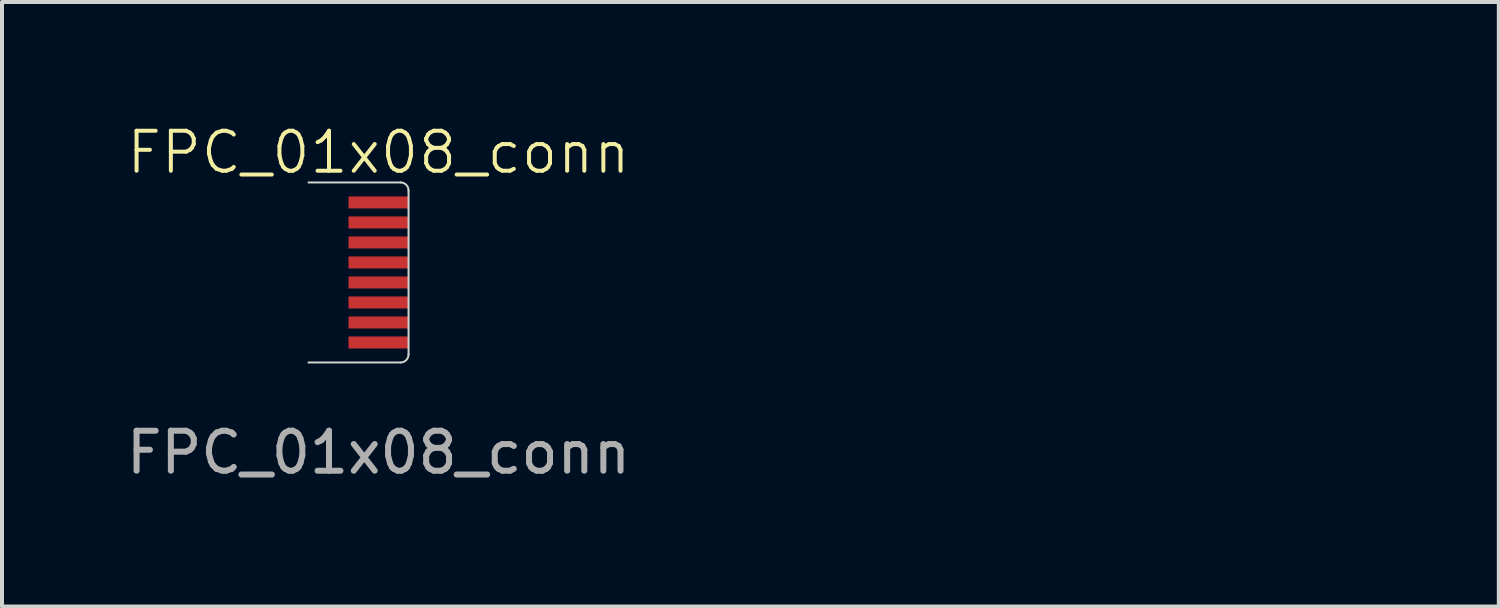
<source format=kicad_pcb>
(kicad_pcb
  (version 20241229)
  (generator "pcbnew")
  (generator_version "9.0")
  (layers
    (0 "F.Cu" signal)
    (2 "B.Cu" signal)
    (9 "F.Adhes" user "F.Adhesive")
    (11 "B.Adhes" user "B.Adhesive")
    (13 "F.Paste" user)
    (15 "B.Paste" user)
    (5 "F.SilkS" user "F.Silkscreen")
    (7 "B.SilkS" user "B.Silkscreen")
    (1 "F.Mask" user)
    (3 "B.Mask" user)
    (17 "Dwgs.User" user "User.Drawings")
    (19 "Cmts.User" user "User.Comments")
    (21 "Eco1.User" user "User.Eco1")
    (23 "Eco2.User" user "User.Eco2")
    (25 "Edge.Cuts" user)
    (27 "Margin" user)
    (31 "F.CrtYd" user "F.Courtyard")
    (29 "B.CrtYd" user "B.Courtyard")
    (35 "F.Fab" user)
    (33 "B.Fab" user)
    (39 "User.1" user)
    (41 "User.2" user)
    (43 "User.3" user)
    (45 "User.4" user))
  (footprint "FPC_01x08_conn"
    (layer "F.Cu")
    (at 6.411 3.76)
    (property "Reference" "FPC_01x08_conn" (at 0 -3 0) (unlocked yes) (layer "F.SilkS") (effects (font (size 1 1) (thickness 0.1))))
    (attr smd)
    (fp_line (start 0.55 -2.25) (end -1.75 -2.25) (stroke (width 0.05) (type default)) (layer "Edge.Cuts"))
    (fp_line (start 0.55 2.25) (end -1.75 2.25) (stroke (width 0.05) (type default)) (layer "Edge.Cuts"))
    (fp_line (start 0.75 -2.05) (end 0.75 2.05) (stroke (width 0.05) (type default)) (layer "Edge.Cuts"))
    (fp_arc (start 0.55 -2.25) (mid 0.691421 -2.191421) (end 0.75 -2.05) (stroke (width 0.05) (type default)) (layer "Edge.Cuts"))
    (fp_arc (start 0.75 2.05) (mid 0.691421 2.191421) (end 0.55 2.25) (stroke (width 0.05) (type default)) (layer "Edge.Cuts"))
    (fp_poly (pts (arc (start 0.55 2.25) (mid 0.691422 2.191422) (end 0.75 2.05)) (arc (start 0.75 -2.05) (mid 0.691422 -2.191422) (end 0.55 -2.25)) (xy -1.75 -2.25) (xy -1.75 2.25)) (stroke (width 0.1) (type solid)) (fill no) (layer "User.1"))
    (fp_text user "${REFERENCE}" (at 0 4.5 0) (unlocked yes) (layer "F.Fab") (effects (font (size 1 1) (thickness 0.15))))
    (fp_text_box "4.5mm X 2.5mm PI Stiffener\n0.3mm Total Thickness\n" (start 1.15 -2.15) (end 24.95 1.95) (margins 0.8 0.8 0.8 0.8) (layer "User.1") (effects (font (size 1 1) (thickness 0.15)) (justify left top)) (border yes) (stroke (width 0.1) (type solid)))
    (pad "1" smd rect (at 0 -1.75) (size 1.5 0.3) (layers "F.Cu" "F.Mask" "F.Paste"))
    (pad "2" smd rect (at 0 -1.25) (size 1.5 0.3) (layers "F.Cu" "F.Mask" "F.Paste"))
    (pad "3" smd rect (at 0 -0.75) (size 1.5 0.3) (layers "F.Cu" "F.Mask" "F.Paste"))
    (pad "4" smd rect (at 0 -0.25) (size 1.5 0.3) (layers "F.Cu" "F.Mask" "F.Paste"))
    (pad "5" smd rect (at 0 0.25) (size 1.5 0.3) (layers "F.Cu" "F.Mask" "F.Paste"))
    (pad "6" smd rect (at 0 0.75) (size 1.5 0.3) (layers "F.Cu" "F.Mask" "F.Paste"))
    (pad "7" smd rect (at 0 1.25) (size 1.5 0.3) (layers "F.Cu" "F.Mask" "F.Paste"))
    (pad "8" smd rect (at 0 1.75) (size 1.5 0.3) (layers "F.Cu" "F.Mask" "F.Paste")))
  (gr_rect
    (start -3 -3)
    (end 34.411 12.109)
    (stroke (width 0.1) (type default))
    (fill no)
    (layer "Edge.Cuts")))
</source>
